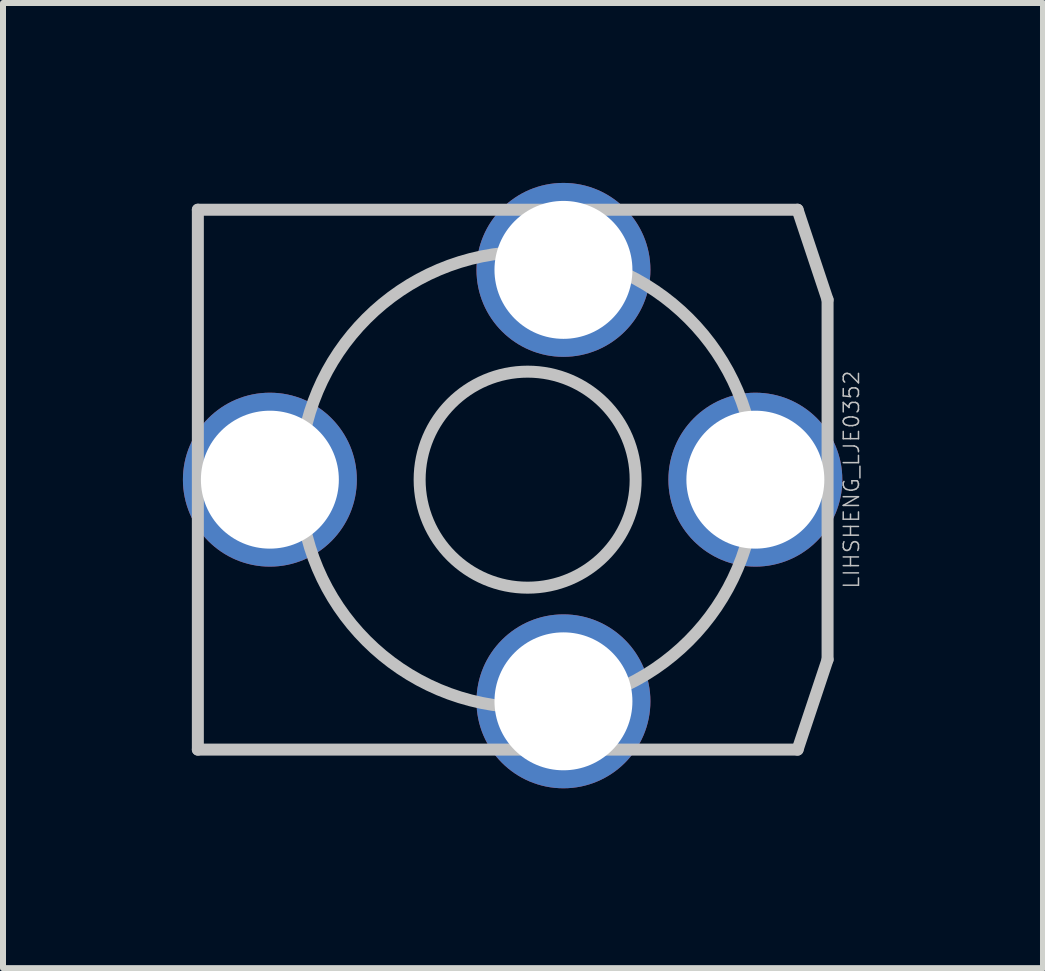
<source format=kicad_pcb>
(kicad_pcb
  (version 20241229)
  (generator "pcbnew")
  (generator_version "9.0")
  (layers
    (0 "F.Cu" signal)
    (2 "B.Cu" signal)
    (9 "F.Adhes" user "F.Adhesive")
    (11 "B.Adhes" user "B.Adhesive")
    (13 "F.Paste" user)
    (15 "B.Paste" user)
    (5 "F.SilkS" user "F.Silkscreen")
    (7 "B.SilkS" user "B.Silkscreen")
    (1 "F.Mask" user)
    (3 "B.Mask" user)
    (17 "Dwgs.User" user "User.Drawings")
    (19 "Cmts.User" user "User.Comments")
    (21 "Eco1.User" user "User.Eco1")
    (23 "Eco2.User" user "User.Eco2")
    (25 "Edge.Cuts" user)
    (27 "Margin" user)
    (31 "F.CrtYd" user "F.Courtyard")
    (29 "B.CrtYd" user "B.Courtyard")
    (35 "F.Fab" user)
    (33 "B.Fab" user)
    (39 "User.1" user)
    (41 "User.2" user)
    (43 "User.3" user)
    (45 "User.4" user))
  (footprint "LIHSHENG_LJE0352"
    (layer "F.Cu")
    (at 5.748 4.948)
    (property "Reference" "LIHSHENG_LJE0352" (at 5.4 0 90) (layer "Dwgs.User") (effects (font (size 0.254 0.254) (thickness 0.025))))
    (attr through_hole)
    (fp_line (start -5.499 -4.501) (end -5.499 4.501) (stroke (width 0.2) (type solid)) (layer "Dwgs.User"))
    (fp_line (start -5.499 4.501) (end 4.501 4.501) (stroke (width 0.2) (type solid)) (layer "Dwgs.User"))
    (fp_line (start 4.501 -4.501) (end -5.499 -4.501) (stroke (width 0.2) (type solid)) (layer "Dwgs.User"))
    (fp_line (start 4.501 4.501) (end 5.001 3) (stroke (width 0.2) (type solid)) (layer "Dwgs.User"))
    (fp_line (start 5.001 -3) (end 4.501 -4.501) (stroke (width 0.2) (type solid)) (layer "Dwgs.User"))
    (fp_line (start 5.001 3) (end 5.001 -3) (stroke (width 0.2) (type solid)) (layer "Dwgs.User"))
    (fp_circle (center 0 0) (end 0 1.801) (stroke (width 0.2) (type solid)) (fill no) (layer "Dwgs.User"))
    (fp_circle (center 0 0) (end 0 3.8) (stroke (width 0.2) (type solid)) (fill no) (layer "Dwgs.User"))
    (pad "1" thru_hole circle (at 0.597 3.696 270) (size 2.9 2.9) (drill 2.3) (layers "*.Cu" "*.Mask"))
    (pad "2" thru_hole circle (at 0.597 -3.498 270) (size 2.9 2.9) (drill 2.3) (layers "*.Cu" "*.Mask"))
    (pad "3" thru_hole circle (at -4.298 0 270) (size 2.9 2.9) (drill 2.3) (layers "*.Cu" "*.Mask"))
    (pad "4" thru_hole circle (at 3.797 0 270) (size 2.9 2.9) (drill 2.3) (layers "*.Cu" "*.Mask")))
  (gr_rect
    (start -3 -3)
    (end 14.341 13.093)
    (stroke (width 0.1) (type default))
    (fill no)
    (layer "Edge.Cuts")))
</source>
